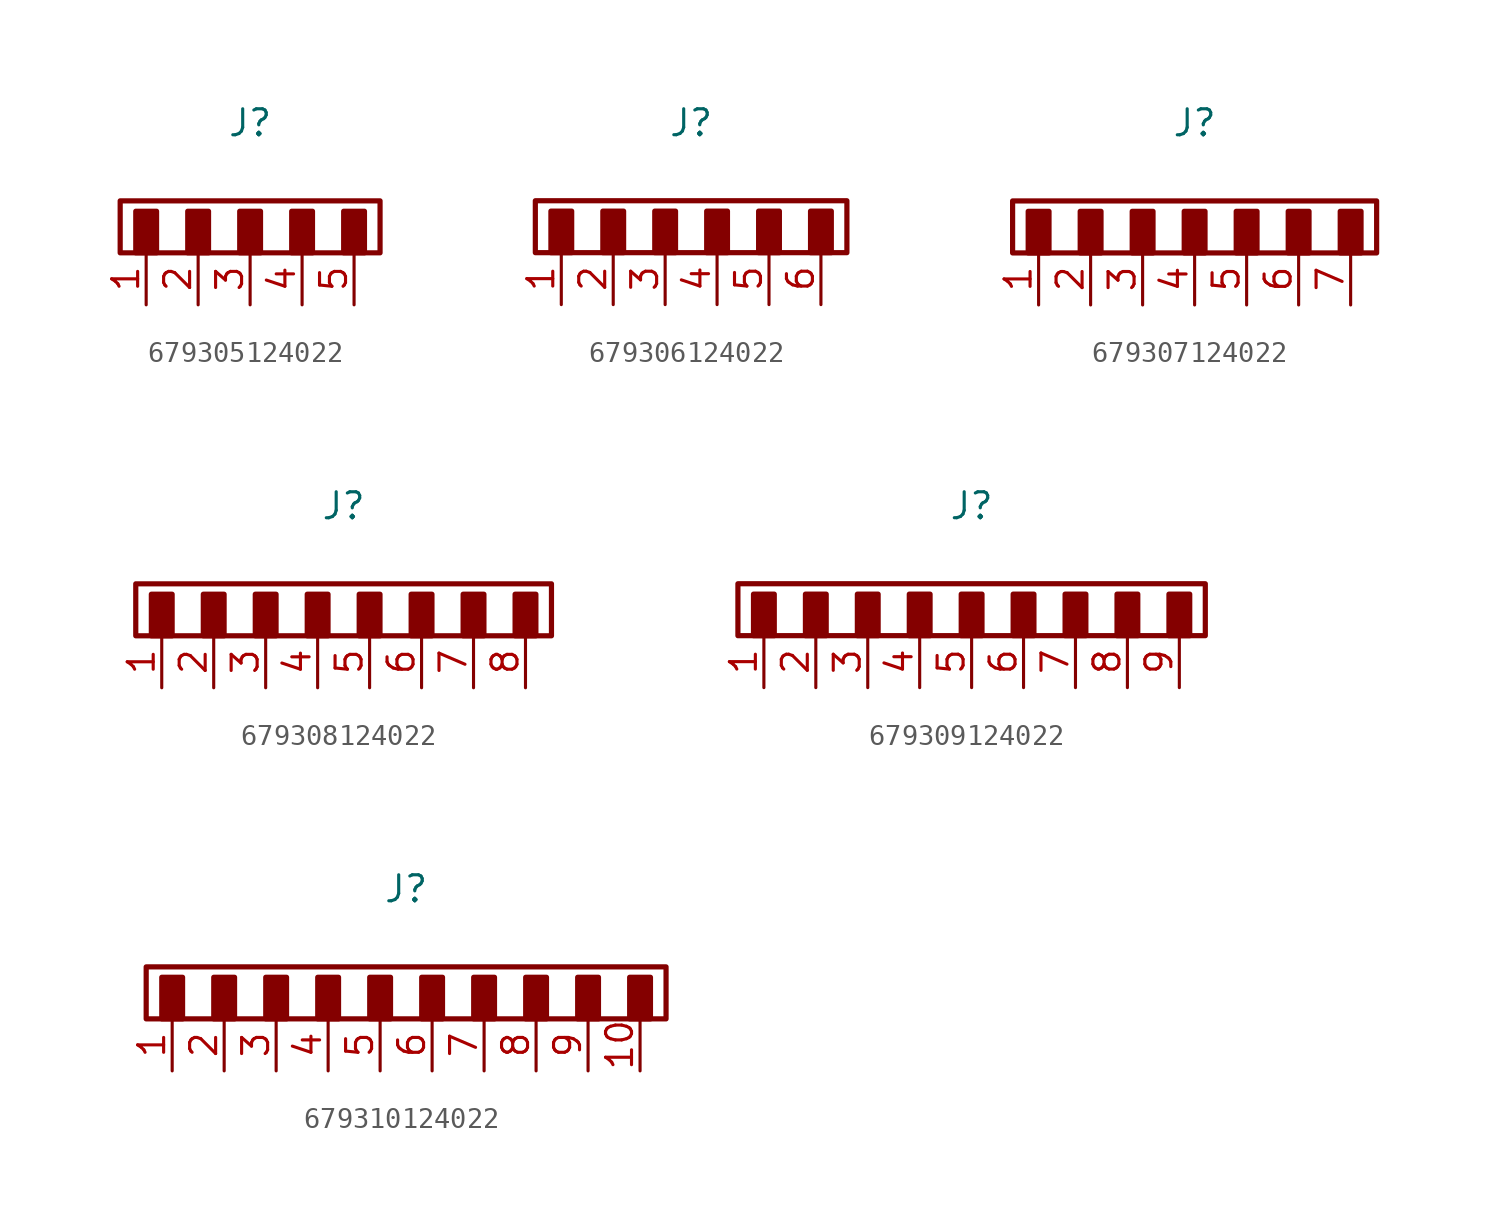
<source format=kicad_sym>
(kicad_symbol_lib
  (version 20241209)
  (generator "kicad_symbol_editor")
  (generator_version "9.0")
  (symbol "679305124022"
    (pin_names
      (hide yes))
    (property "Reference" "J"
      (at 0 5.08 0)
      (effects (font (size 1.27 1.27))))
    (symbol "679305124022_1_1"
      (rectangle (start -6.35 1.27) (end 6.35 -1.27) (stroke (width 0.254) (type solid)) (fill (type none)))
      (rectangle (start -4.572 0.762) (end -5.588 -1.27) (stroke (width 0.254) (type solid)) (fill (type outline)))
      (rectangle (start -2.032 0.762) (end -3.048 -1.27) (stroke (width 0.254) (type solid)) (fill (type outline)))
      (rectangle (start 0.508 0.762) (end -0.508 -1.27) (stroke (width 0.254) (type solid)) (fill (type outline)))
      (rectangle (start 3.048 0.762) (end 2.032 -1.27) (stroke (width 0.254) (type solid)) (fill (type outline)))
      (rectangle (start 5.588 0.762) (end 4.572 -1.27) (stroke (width 0.254) (type solid)) (fill (type outline)))
      (pin passive line (at -5.08 -3.81 90) (length 2.54) (name "1" (effects (font (size 1.27 1.27)))) (number "1" (effects (font (size 1.27 1.27)))))
      (pin passive line (at -2.54 -3.81 90) (length 2.54) (name "2" (effects (font (size 1.27 1.27)))) (number "2" (effects (font (size 1.27 1.27)))))
      (pin passive line (at 0 -3.81 90) (length 2.54) (name "3" (effects (font (size 1.27 1.27)))) (number "3" (effects (font (size 1.27 1.27)))))
      (pin passive line (at 2.54 -3.81 90) (length 2.54) (name "4" (effects (font (size 1.27 1.27)))) (number "4" (effects (font (size 1.27 1.27)))))
      (pin passive line (at 5.08 -3.81 90) (length 2.54) (name "5" (effects (font (size 1.27 1.27)))) (number "5" (effects (font (size 1.27 1.27)))))))
  (symbol "679306124022"
    (pin_names
      (hide yes))
    (property "Reference" "J"
      (at 0 5.08 0)
      (effects (font (size 1.27 1.27))))
    (symbol "679306124022_1_1"
      (rectangle (start -7.62 1.27) (end 7.62 -1.27) (stroke (width 0.254) (type solid)) (fill (type none)))
      (rectangle (start -5.842 0.762) (end -6.858 -1.27) (stroke (width 0.254) (type solid)) (fill (type outline)))
      (rectangle (start -3.302 0.762) (end -4.318 -1.27) (stroke (width 0.254) (type solid)) (fill (type outline)))
      (rectangle (start -0.762 0.762) (end -1.778 -1.27) (stroke (width 0.254) (type solid)) (fill (type outline)))
      (rectangle (start 1.778 0.762) (end 0.762 -1.27) (stroke (width 0.254) (type solid)) (fill (type outline)))
      (rectangle (start 4.318 0.762) (end 3.302 -1.27) (stroke (width 0.254) (type solid)) (fill (type outline)))
      (rectangle (start 6.858 0.762) (end 5.842 -1.27) (stroke (width 0.254) (type solid)) (fill (type outline)))
      (pin passive line (at -6.35 -3.81 90) (length 2.54) (name "1" (effects (font (size 1.27 1.27)))) (number "1" (effects (font (size 1.27 1.27)))))
      (pin passive line (at -3.81 -3.81 90) (length 2.54) (name "2" (effects (font (size 1.27 1.27)))) (number "2" (effects (font (size 1.27 1.27)))))
      (pin passive line (at -1.27 -3.81 90) (length 2.54) (name "3" (effects (font (size 1.27 1.27)))) (number "3" (effects (font (size 1.27 1.27)))))
      (pin passive line (at 1.27 -3.81 90) (length 2.54) (name "4" (effects (font (size 1.27 1.27)))) (number "4" (effects (font (size 1.27 1.27)))))
      (pin passive line (at 3.81 -3.81 90) (length 2.54) (name "5" (effects (font (size 1.27 1.27)))) (number "5" (effects (font (size 1.27 1.27)))))
      (pin passive line (at 6.35 -3.81 90) (length 2.54) (name "6" (effects (font (size 1.27 1.27)))) (number "6" (effects (font (size 1.27 1.27)))))))
  (symbol "679307124022"
    (pin_names
      (hide yes))
    (property "Reference" "J"
      (at 0 5.08 0)
      (effects (font (size 1.27 1.27))))
    (symbol "679307124022_1_1"
      (rectangle (start -8.89 1.27) (end 8.89 -1.27) (stroke (width 0.254) (type solid)) (fill (type none)))
      (rectangle (start -7.112 0.762) (end -8.128 -1.27) (stroke (width 0.254) (type solid)) (fill (type outline)))
      (rectangle (start -4.572 0.762) (end -5.588 -1.27) (stroke (width 0.254) (type solid)) (fill (type outline)))
      (rectangle (start -2.032 0.762) (end -3.048 -1.27) (stroke (width 0.254) (type solid)) (fill (type outline)))
      (rectangle (start 0.508 0.762) (end -0.508 -1.27) (stroke (width 0.254) (type solid)) (fill (type outline)))
      (rectangle (start 3.048 0.762) (end 2.032 -1.27) (stroke (width 0.254) (type solid)) (fill (type outline)))
      (rectangle (start 5.588 0.762) (end 4.572 -1.27) (stroke (width 0.254) (type solid)) (fill (type outline)))
      (rectangle (start 8.128 0.762) (end 7.112 -1.27) (stroke (width 0.254) (type solid)) (fill (type outline)))
      (pin passive line (at -7.62 -3.81 90) (length 2.54) (name "1" (effects (font (size 1.27 1.27)))) (number "1" (effects (font (size 1.27 1.27)))))
      (pin passive line (at -5.08 -3.81 90) (length 2.54) (name "2" (effects (font (size 1.27 1.27)))) (number "2" (effects (font (size 1.27 1.27)))))
      (pin passive line (at -2.54 -3.81 90) (length 2.54) (name "3" (effects (font (size 1.27 1.27)))) (number "3" (effects (font (size 1.27 1.27)))))
      (pin passive line (at 0 -3.81 90) (length 2.54) (name "4" (effects (font (size 1.27 1.27)))) (number "4" (effects (font (size 1.27 1.27)))))
      (pin passive line (at 2.54 -3.81 90) (length 2.54) (name "5" (effects (font (size 1.27 1.27)))) (number "5" (effects (font (size 1.27 1.27)))))
      (pin passive line (at 5.08 -3.81 90) (length 2.54) (name "6" (effects (font (size 1.27 1.27)))) (number "6" (effects (font (size 1.27 1.27)))))
      (pin passive line (at 7.62 -3.81 90) (length 2.54) (name "7" (effects (font (size 1.27 1.27)))) (number "7" (effects (font (size 1.27 1.27)))))))
  (symbol "679308124022"
    (pin_names
      (hide yes))
    (property "Reference" "J"
      (at 0 5.08 0)
      (effects (font (size 1.27 1.27))))
    (symbol "679308124022_1_1"
      (rectangle (start -10.16 1.27) (end 10.16 -1.27) (stroke (width 0.254) (type solid)) (fill (type none)))
      (rectangle (start -8.382 0.762) (end -9.398 -1.27) (stroke (width 0.254) (type solid)) (fill (type outline)))
      (rectangle (start -5.842 0.762) (end -6.858 -1.27) (stroke (width 0.254) (type solid)) (fill (type outline)))
      (rectangle (start -3.302 0.762) (end -4.318 -1.27) (stroke (width 0.254) (type solid)) (fill (type outline)))
      (rectangle (start -0.762 0.762) (end -1.778 -1.27) (stroke (width 0.254) (type solid)) (fill (type outline)))
      (rectangle (start 1.778 0.762) (end 0.762 -1.27) (stroke (width 0.254) (type solid)) (fill (type outline)))
      (rectangle (start 4.318 0.762) (end 3.302 -1.27) (stroke (width 0.254) (type solid)) (fill (type outline)))
      (rectangle (start 6.858 0.762) (end 5.842 -1.27) (stroke (width 0.254) (type solid)) (fill (type outline)))
      (rectangle (start 9.398 0.762) (end 8.382 -1.27) (stroke (width 0.254) (type solid)) (fill (type outline)))
      (pin passive line (at -8.89 -3.81 90) (length 2.54) (name "1" (effects (font (size 1.27 1.27)))) (number "1" (effects (font (size 1.27 1.27)))))
      (pin passive line (at -6.35 -3.81 90) (length 2.54) (name "2" (effects (font (size 1.27 1.27)))) (number "2" (effects (font (size 1.27 1.27)))))
      (pin passive line (at -3.81 -3.81 90) (length 2.54) (name "3" (effects (font (size 1.27 1.27)))) (number "3" (effects (font (size 1.27 1.27)))))
      (pin passive line (at -1.27 -3.81 90) (length 2.54) (name "4" (effects (font (size 1.27 1.27)))) (number "4" (effects (font (size 1.27 1.27)))))
      (pin passive line (at 1.27 -3.81 90) (length 2.54) (name "5" (effects (font (size 1.27 1.27)))) (number "5" (effects (font (size 1.27 1.27)))))
      (pin passive line (at 3.81 -3.81 90) (length 2.54) (name "6" (effects (font (size 1.27 1.27)))) (number "6" (effects (font (size 1.27 1.27)))))
      (pin passive line (at 6.35 -3.81 90) (length 2.54) (name "7" (effects (font (size 1.27 1.27)))) (number "7" (effects (font (size 1.27 1.27)))))
      (pin passive line (at 8.89 -3.81 90) (length 2.54) (name "8" (effects (font (size 1.27 1.27)))) (number "8" (effects (font (size 1.27 1.27)))))))
  (symbol "679309124022"
    (pin_names
      (hide yes))
    (property "Reference" "J"
      (at 0 5.08 0)
      (effects (font (size 1.27 1.27))))
    (symbol "679309124022_1_1"
      (rectangle (start -11.43 1.27) (end 11.43 -1.27) (stroke (width 0.254) (type solid)) (fill (type none)))
      (rectangle (start -9.652 0.762) (end -10.668 -1.27) (stroke (width 0.254) (type solid)) (fill (type outline)))
      (rectangle (start -7.112 0.762) (end -8.128 -1.27) (stroke (width 0.254) (type solid)) (fill (type outline)))
      (rectangle (start -4.572 0.762) (end -5.588 -1.27) (stroke (width 0.254) (type solid)) (fill (type outline)))
      (rectangle (start -2.032 0.762) (end -3.048 -1.27) (stroke (width 0.254) (type solid)) (fill (type outline)))
      (rectangle (start 0.508 0.762) (end -0.508 -1.27) (stroke (width 0.254) (type solid)) (fill (type outline)))
      (rectangle (start 3.048 0.762) (end 2.032 -1.27) (stroke (width 0.254) (type solid)) (fill (type outline)))
      (rectangle (start 5.588 0.762) (end 4.572 -1.27) (stroke (width 0.254) (type solid)) (fill (type outline)))
      (rectangle (start 8.128 0.762) (end 7.112 -1.27) (stroke (width 0.254) (type solid)) (fill (type outline)))
      (rectangle (start 10.668 0.762) (end 9.652 -1.27) (stroke (width 0.254) (type solid)) (fill (type outline)))
      (pin passive line (at -10.16 -3.81 90) (length 2.54) (name "1" (effects (font (size 1.27 1.27)))) (number "1" (effects (font (size 1.27 1.27)))))
      (pin passive line (at -7.62 -3.81 90) (length 2.54) (name "2" (effects (font (size 1.27 1.27)))) (number "2" (effects (font (size 1.27 1.27)))))
      (pin passive line (at -5.08 -3.81 90) (length 2.54) (name "3" (effects (font (size 1.27 1.27)))) (number "3" (effects (font (size 1.27 1.27)))))
      (pin passive line (at -2.54 -3.81 90) (length 2.54) (name "4" (effects (font (size 1.27 1.27)))) (number "4" (effects (font (size 1.27 1.27)))))
      (pin passive line (at 0 -3.81 90) (length 2.54) (name "5" (effects (font (size 1.27 1.27)))) (number "5" (effects (font (size 1.27 1.27)))))
      (pin passive line (at 2.54 -3.81 90) (length 2.54) (name "6" (effects (font (size 1.27 1.27)))) (number "6" (effects (font (size 1.27 1.27)))))
      (pin passive line (at 5.08 -3.81 90) (length 2.54) (name "7" (effects (font (size 1.27 1.27)))) (number "7" (effects (font (size 1.27 1.27)))))
      (pin passive line (at 7.62 -3.81 90) (length 2.54) (name "8" (effects (font (size 1.27 1.27)))) (number "8" (effects (font (size 1.27 1.27)))))
      (pin passive line (at 10.16 -3.81 90) (length 2.54) (name "9" (effects (font (size 1.27 1.27)))) (number "9" (effects (font (size 1.27 1.27)))))))
  (symbol "679310124022"
    (pin_names
      (hide yes))
    (property "Reference" "J"
      (at 0 5.08 0)
      (effects (font (size 1.27 1.27))))
    (symbol "679310124022_1_1"
      (rectangle (start -12.7 1.27) (end 12.7 -1.27) (stroke (width 0.254) (type solid)) (fill (type none)))
      (rectangle (start -10.922 0.762) (end -11.938 -1.27) (stroke (width 0.254) (type solid)) (fill (type outline)))
      (rectangle (start -8.382 0.762) (end -9.398 -1.27) (stroke (width 0.254) (type solid)) (fill (type outline)))
      (rectangle (start -5.842 0.762) (end -6.858 -1.27) (stroke (width 0.254) (type solid)) (fill (type outline)))
      (rectangle (start -3.302 0.762) (end -4.318 -1.27) (stroke (width 0.254) (type solid)) (fill (type outline)))
      (rectangle (start -0.762 0.762) (end -1.778 -1.27) (stroke (width 0.254) (type solid)) (fill (type outline)))
      (rectangle (start 1.778 0.762) (end 0.762 -1.27) (stroke (width 0.254) (type solid)) (fill (type outline)))
      (rectangle (start 4.318 0.762) (end 3.302 -1.27) (stroke (width 0.254) (type solid)) (fill (type outline)))
      (rectangle (start 6.858 0.762) (end 5.842 -1.27) (stroke (width 0.254) (type solid)) (fill (type outline)))
      (rectangle (start 9.398 0.762) (end 8.382 -1.27) (stroke (width 0.254) (type solid)) (fill (type outline)))
      (rectangle (start 11.938 0.762) (end 10.922 -1.27) (stroke (width 0.254) (type solid)) (fill (type outline)))
      (pin passive line (at -11.43 -3.81 90) (length 2.54) (name "1" (effects (font (size 1.27 1.27)))) (number "1" (effects (font (size 1.27 1.27)))))
      (pin passive line (at -8.89 -3.81 90) (length 2.54) (name "2" (effects (font (size 1.27 1.27)))) (number "2" (effects (font (size 1.27 1.27)))))
      (pin passive line (at -6.35 -3.81 90) (length 2.54) (name "3" (effects (font (size 1.27 1.27)))) (number "3" (effects (font (size 1.27 1.27)))))
      (pin passive line (at -3.81 -3.81 90) (length 2.54) (name "4" (effects (font (size 1.27 1.27)))) (number "4" (effects (font (size 1.27 1.27)))))
      (pin passive line (at -1.27 -3.81 90) (length 2.54) (name "5" (effects (font (size 1.27 1.27)))) (number "5" (effects (font (size 1.27 1.27)))))
      (pin passive line (at 1.27 -3.81 90) (length 2.54) (name "6" (effects (font (size 1.27 1.27)))) (number "6" (effects (font (size 1.27 1.27)))))
      (pin passive line (at 3.81 -3.81 90) (length 2.54) (name "7" (effects (font (size 1.27 1.27)))) (number "7" (effects (font (size 1.27 1.27)))))
      (pin passive line (at 6.35 -3.81 90) (length 2.54) (name "8" (effects (font (size 1.27 1.27)))) (number "8" (effects (font (size 1.27 1.27)))))
      (pin passive line (at 8.89 -3.81 90) (length 2.54) (name "9" (effects (font (size 1.27 1.27)))) (number "9" (effects (font (size 1.27 1.27)))))
      (pin passive line (at 11.43 -3.81 90) (length 2.54) (name "10" (effects (font (size 1.27 1.27)))) (number "10" (effects (font (size 1.27 1.27))))))))
</source>
